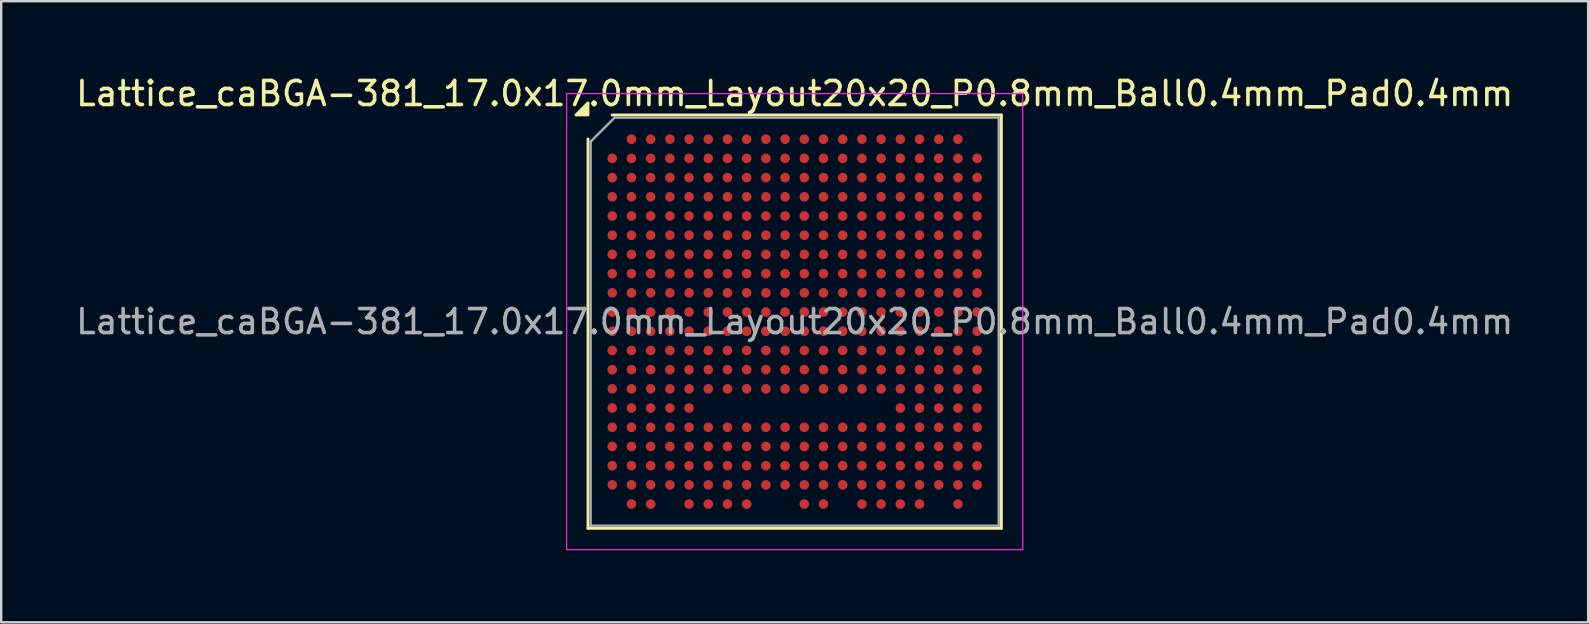
<source format=kicad_pcb>
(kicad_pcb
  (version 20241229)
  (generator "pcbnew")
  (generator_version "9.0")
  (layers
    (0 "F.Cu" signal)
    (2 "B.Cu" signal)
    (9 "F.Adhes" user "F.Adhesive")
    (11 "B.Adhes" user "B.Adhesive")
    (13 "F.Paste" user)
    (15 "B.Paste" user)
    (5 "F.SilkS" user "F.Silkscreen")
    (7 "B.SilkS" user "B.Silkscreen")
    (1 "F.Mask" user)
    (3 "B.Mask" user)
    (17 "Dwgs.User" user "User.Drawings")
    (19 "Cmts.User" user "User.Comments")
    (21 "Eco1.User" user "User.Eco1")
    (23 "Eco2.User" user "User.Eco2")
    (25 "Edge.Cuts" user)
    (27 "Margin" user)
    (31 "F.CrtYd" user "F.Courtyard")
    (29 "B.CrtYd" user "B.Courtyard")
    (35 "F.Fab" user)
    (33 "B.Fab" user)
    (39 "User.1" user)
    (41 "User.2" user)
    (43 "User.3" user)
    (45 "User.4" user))
  (footprint "Lattice_caBGA-381_17.0x17.0mm_Layout20x20_P0.8mm_Ball0.4mm_Pad0.4mm"
    (layer "F.Cu")
    (at 30.054 10.348)
    (property "Reference" "Lattice_caBGA-381_17.0x17.0mm_Layout20x20_P0.8mm_Ball0.4mm_Pad0.4mm" (at 0 -9.5 0) (layer "F.SilkS") (effects (font (size 1 1) (thickness 0.15))))
    (attr smd)
    (fp_line (start -8.61 8.61) (end -8.61 -7.61) (stroke (width 0.12) (type solid)) (layer "F.SilkS"))
    (fp_line (start -7.61 -8.61) (end 8.61 -8.61) (stroke (width 0.12) (type solid)) (layer "F.SilkS"))
    (fp_line (start 8.61 -8.61) (end 8.61 8.61) (stroke (width 0.12) (type solid)) (layer "F.SilkS"))
    (fp_line (start 8.61 8.61) (end -8.61 8.61) (stroke (width 0.12) (type solid)) (layer "F.SilkS"))
    (fp_poly (pts (xy -8.61 -8.61) (xy -9.11 -8.61) (xy -8.61 -9.11) (xy -8.61 -8.61)) (stroke (width 0.12) (type solid)) (fill yes) (layer "F.SilkS"))
    (fp_line (start -9.5 -9.5) (end -9.5 9.5) (stroke (width 0.05) (type solid)) (layer "F.CrtYd"))
    (fp_line (start -9.5 9.5) (end 9.5 9.5) (stroke (width 0.05) (type solid)) (layer "F.CrtYd"))
    (fp_line (start 9.5 -9.5) (end -9.5 -9.5) (stroke (width 0.05) (type solid)) (layer "F.CrtYd"))
    (fp_line (start 9.5 9.5) (end 9.5 -9.5) (stroke (width 0.05) (type solid)) (layer "F.CrtYd"))
    (fp_line (start -8.5 -7.5) (end -7.5 -8.5) (stroke (width 0.1) (type solid)) (layer "F.Fab"))
    (fp_line (start -8.5 8.5) (end -8.5 -7.5) (stroke (width 0.1) (type solid)) (layer "F.Fab"))
    (fp_line (start -7.5 -8.5) (end 8.5 -8.5) (stroke (width 0.1) (type solid)) (layer "F.Fab"))
    (fp_line (start 8.5 -8.5) (end 8.5 8.5) (stroke (width 0.1) (type solid)) (layer "F.Fab"))
    (fp_line (start 8.5 8.5) (end -8.5 8.5) (stroke (width 0.1) (type solid)) (layer "F.Fab"))
    (fp_text user "${REFERENCE}" (at 0 0 0) (layer "F.Fab") (effects (font (size 1 1) (thickness 0.15))))
    (pad "A2" smd circle (at -6.8 -7.6) (size 0.4 0.4) (property pad_prop_bga) (layers "F.Cu" "F.Mask" "F.Paste"))
    (pad "A3" smd circle (at -6 -7.6) (size 0.4 0.4) (property pad_prop_bga) (layers "F.Cu" "F.Mask" "F.Paste"))
    (pad "A4" smd circle (at -5.2 -7.6) (size 0.4 0.4) (property pad_prop_bga) (layers "F.Cu" "F.Mask" "F.Paste"))
    (pad "A5" smd circle (at -4.4 -7.6) (size 0.4 0.4) (property pad_prop_bga) (layers "F.Cu" "F.Mask" "F.Paste"))
    (pad "A6" smd circle (at -3.6 -7.6) (size 0.4 0.4) (property pad_prop_bga) (layers "F.Cu" "F.Mask" "F.Paste"))
    (pad "A7" smd circle (at -2.8 -7.6) (size 0.4 0.4) (property pad_prop_bga) (layers "F.Cu" "F.Mask" "F.Paste"))
    (pad "A8" smd circle (at -2 -7.6) (size 0.4 0.4) (property pad_prop_bga) (layers "F.Cu" "F.Mask" "F.Paste"))
    (pad "A9" smd circle (at -1.2 -7.6) (size 0.4 0.4) (property pad_prop_bga) (layers "F.Cu" "F.Mask" "F.Paste"))
    (pad "A10" smd circle (at -0.4 -7.6) (size 0.4 0.4) (property pad_prop_bga) (layers "F.Cu" "F.Mask" "F.Paste"))
    (pad "A11" smd circle (at 0.4 -7.6) (size 0.4 0.4) (property pad_prop_bga) (layers "F.Cu" "F.Mask" "F.Paste"))
    (pad "A12" smd circle (at 1.2 -7.6) (size 0.4 0.4) (property pad_prop_bga) (layers "F.Cu" "F.Mask" "F.Paste"))
    (pad "A13" smd circle (at 2 -7.6) (size 0.4 0.4) (property pad_prop_bga) (layers "F.Cu" "F.Mask" "F.Paste"))
    (pad "A14" smd circle (at 2.8 -7.6) (size 0.4 0.4) (property pad_prop_bga) (layers "F.Cu" "F.Mask" "F.Paste"))
    (pad "A15" smd circle (at 3.6 -7.6) (size 0.4 0.4) (property pad_prop_bga) (layers "F.Cu" "F.Mask" "F.Paste"))
    (pad "A16" smd circle (at 4.4 -7.6) (size 0.4 0.4) (property pad_prop_bga) (layers "F.Cu" "F.Mask" "F.Paste"))
    (pad "A17" smd circle (at 5.2 -7.6) (size 0.4 0.4) (property pad_prop_bga) (layers "F.Cu" "F.Mask" "F.Paste"))
    (pad "A18" smd circle (at 6 -7.6) (size 0.4 0.4) (property pad_prop_bga) (layers "F.Cu" "F.Mask" "F.Paste"))
    (pad "A19" smd circle (at 6.8 -7.6) (size 0.4 0.4) (property pad_prop_bga) (layers "F.Cu" "F.Mask" "F.Paste"))
    (pad "B1" smd circle (at -7.6 -6.8) (size 0.4 0.4) (property pad_prop_bga) (layers "F.Cu" "F.Mask" "F.Paste"))
    (pad "B2" smd circle (at -6.8 -6.8) (size 0.4 0.4) (property pad_prop_bga) (layers "F.Cu" "F.Mask" "F.Paste"))
    (pad "B3" smd circle (at -6 -6.8) (size 0.4 0.4) (property pad_prop_bga) (layers "F.Cu" "F.Mask" "F.Paste"))
    (pad "B4" smd circle (at -5.2 -6.8) (size 0.4 0.4) (property pad_prop_bga) (layers "F.Cu" "F.Mask" "F.Paste"))
    (pad "B5" smd circle (at -4.4 -6.8) (size 0.4 0.4) (property pad_prop_bga) (layers "F.Cu" "F.Mask" "F.Paste"))
    (pad "B6" smd circle (at -3.6 -6.8) (size 0.4 0.4) (property pad_prop_bga) (layers "F.Cu" "F.Mask" "F.Paste"))
    (pad "B7" smd circle (at -2.8 -6.8) (size 0.4 0.4) (property pad_prop_bga) (layers "F.Cu" "F.Mask" "F.Paste"))
    (pad "B8" smd circle (at -2 -6.8) (size 0.4 0.4) (property pad_prop_bga) (layers "F.Cu" "F.Mask" "F.Paste"))
    (pad "B9" smd circle (at -1.2 -6.8) (size 0.4 0.4) (property pad_prop_bga) (layers "F.Cu" "F.Mask" "F.Paste"))
    (pad "B10" smd circle (at -0.4 -6.8) (size 0.4 0.4) (property pad_prop_bga) (layers "F.Cu" "F.Mask" "F.Paste"))
    (pad "B11" smd circle (at 0.4 -6.8) (size 0.4 0.4) (property pad_prop_bga) (layers "F.Cu" "F.Mask" "F.Paste"))
    (pad "B12" smd circle (at 1.2 -6.8) (size 0.4 0.4) (property pad_prop_bga) (layers "F.Cu" "F.Mask" "F.Paste"))
    (pad "B13" smd circle (at 2 -6.8) (size 0.4 0.4) (property pad_prop_bga) (layers "F.Cu" "F.Mask" "F.Paste"))
    (pad "B14" smd circle (at 2.8 -6.8) (size 0.4 0.4) (property pad_prop_bga) (layers "F.Cu" "F.Mask" "F.Paste"))
    (pad "B15" smd circle (at 3.6 -6.8) (size 0.4 0.4) (property pad_prop_bga) (layers "F.Cu" "F.Mask" "F.Paste"))
    (pad "B16" smd circle (at 4.4 -6.8) (size 0.4 0.4) (property pad_prop_bga) (layers "F.Cu" "F.Mask" "F.Paste"))
    (pad "B17" smd circle (at 5.2 -6.8) (size 0.4 0.4) (property pad_prop_bga) (layers "F.Cu" "F.Mask" "F.Paste"))
    (pad "B18" smd circle (at 6 -6.8) (size 0.4 0.4) (property pad_prop_bga) (layers "F.Cu" "F.Mask" "F.Paste"))
    (pad "B19" smd circle (at 6.8 -6.8) (size 0.4 0.4) (property pad_prop_bga) (layers "F.Cu" "F.Mask" "F.Paste"))
    (pad "B20" smd circle (at 7.6 -6.8) (size 0.4 0.4) (property pad_prop_bga) (layers "F.Cu" "F.Mask" "F.Paste"))
    (pad "C1" smd circle (at -7.6 -6) (size 0.4 0.4) (property pad_prop_bga) (layers "F.Cu" "F.Mask" "F.Paste"))
    (pad "C2" smd circle (at -6.8 -6) (size 0.4 0.4) (property pad_prop_bga) (layers "F.Cu" "F.Mask" "F.Paste"))
    (pad "C3" smd circle (at -6 -6) (size 0.4 0.4) (property pad_prop_bga) (layers "F.Cu" "F.Mask" "F.Paste"))
    (pad "C4" smd circle (at -5.2 -6) (size 0.4 0.4) (property pad_prop_bga) (layers "F.Cu" "F.Mask" "F.Paste"))
    (pad "C5" smd circle (at -4.4 -6) (size 0.4 0.4) (property pad_prop_bga) (layers "F.Cu" "F.Mask" "F.Paste"))
    (pad "C6" smd circle (at -3.6 -6) (size 0.4 0.4) (property pad_prop_bga) (layers "F.Cu" "F.Mask" "F.Paste"))
    (pad "C7" smd circle (at -2.8 -6) (size 0.4 0.4) (property pad_prop_bga) (layers "F.Cu" "F.Mask" "F.Paste"))
    (pad "C8" smd circle (at -2 -6) (size 0.4 0.4) (property pad_prop_bga) (layers "F.Cu" "F.Mask" "F.Paste"))
    (pad "C9" smd circle (at -1.2 -6) (size 0.4 0.4) (property pad_prop_bga) (layers "F.Cu" "F.Mask" "F.Paste"))
    (pad "C10" smd circle (at -0.4 -6) (size 0.4 0.4) (property pad_prop_bga) (layers "F.Cu" "F.Mask" "F.Paste"))
    (pad "C11" smd circle (at 0.4 -6) (size 0.4 0.4) (property pad_prop_bga) (layers "F.Cu" "F.Mask" "F.Paste"))
    (pad "C12" smd circle (at 1.2 -6) (size 0.4 0.4) (property pad_prop_bga) (layers "F.Cu" "F.Mask" "F.Paste"))
    (pad "C13" smd circle (at 2 -6) (size 0.4 0.4) (property pad_prop_bga) (layers "F.Cu" "F.Mask" "F.Paste"))
    (pad "C14" smd circle (at 2.8 -6) (size 0.4 0.4) (property pad_prop_bga) (layers "F.Cu" "F.Mask" "F.Paste"))
    (pad "C15" smd circle (at 3.6 -6) (size 0.4 0.4) (property pad_prop_bga) (layers "F.Cu" "F.Mask" "F.Paste"))
    (pad "C16" smd circle (at 4.4 -6) (size 0.4 0.4) (property pad_prop_bga) (layers "F.Cu" "F.Mask" "F.Paste"))
    (pad "C17" smd circle (at 5.2 -6) (size 0.4 0.4) (property pad_prop_bga) (layers "F.Cu" "F.Mask" "F.Paste"))
    (pad "C18" smd circle (at 6 -6) (size 0.4 0.4) (property pad_prop_bga) (layers "F.Cu" "F.Mask" "F.Paste"))
    (pad "C19" smd circle (at 6.8 -6) (size 0.4 0.4) (property pad_prop_bga) (layers "F.Cu" "F.Mask" "F.Paste"))
    (pad "C20" smd circle (at 7.6 -6) (size 0.4 0.4) (property pad_prop_bga) (layers "F.Cu" "F.Mask" "F.Paste"))
    (pad "D1" smd circle (at -7.6 -5.2) (size 0.4 0.4) (property pad_prop_bga) (layers "F.Cu" "F.Mask" "F.Paste"))
    (pad "D2" smd circle (at -6.8 -5.2) (size 0.4 0.4) (property pad_prop_bga) (layers "F.Cu" "F.Mask" "F.Paste"))
    (pad "D3" smd circle (at -6 -5.2) (size 0.4 0.4) (property pad_prop_bga) (layers "F.Cu" "F.Mask" "F.Paste"))
    (pad "D4" smd circle (at -5.2 -5.2) (size 0.4 0.4) (property pad_prop_bga) (layers "F.Cu" "F.Mask" "F.Paste"))
    (pad "D5" smd circle (at -4.4 -5.2) (size 0.4 0.4) (property pad_prop_bga) (layers "F.Cu" "F.Mask" "F.Paste"))
    (pad "D6" smd circle (at -3.6 -5.2) (size 0.4 0.4) (property pad_prop_bga) (layers "F.Cu" "F.Mask" "F.Paste"))
    (pad "D7" smd circle (at -2.8 -5.2) (size 0.4 0.4) (property pad_prop_bga) (layers "F.Cu" "F.Mask" "F.Paste"))
    (pad "D8" smd circle (at -2 -5.2) (size 0.4 0.4) (property pad_prop_bga) (layers "F.Cu" "F.Mask" "F.Paste"))
    (pad "D9" smd circle (at -1.2 -5.2) (size 0.4 0.4) (property pad_prop_bga) (layers "F.Cu" "F.Mask" "F.Paste"))
    (pad "D10" smd circle (at -0.4 -5.2) (size 0.4 0.4) (property pad_prop_bga) (layers "F.Cu" "F.Mask" "F.Paste"))
    (pad "D11" smd circle (at 0.4 -5.2) (size 0.4 0.4) (property pad_prop_bga) (layers "F.Cu" "F.Mask" "F.Paste"))
    (pad "D12" smd circle (at 1.2 -5.2) (size 0.4 0.4) (property pad_prop_bga) (layers "F.Cu" "F.Mask" "F.Paste"))
    (pad "D13" smd circle (at 2 -5.2) (size 0.4 0.4) (property pad_prop_bga) (layers "F.Cu" "F.Mask" "F.Paste"))
    (pad "D14" smd circle (at 2.8 -5.2) (size 0.4 0.4) (property pad_prop_bga) (layers "F.Cu" "F.Mask" "F.Paste"))
    (pad "D15" smd circle (at 3.6 -5.2) (size 0.4 0.4) (property pad_prop_bga) (layers "F.Cu" "F.Mask" "F.Paste"))
    (pad "D16" smd circle (at 4.4 -5.2) (size 0.4 0.4) (property pad_prop_bga) (layers "F.Cu" "F.Mask" "F.Paste"))
    (pad "D17" smd circle (at 5.2 -5.2) (size 0.4 0.4) (property pad_prop_bga) (layers "F.Cu" "F.Mask" "F.Paste"))
    (pad "D18" smd circle (at 6 -5.2) (size 0.4 0.4) (property pad_prop_bga) (layers "F.Cu" "F.Mask" "F.Paste"))
    (pad "D19" smd circle (at 6.8 -5.2) (size 0.4 0.4) (property pad_prop_bga) (layers "F.Cu" "F.Mask" "F.Paste"))
    (pad "D20" smd circle (at 7.6 -5.2) (size 0.4 0.4) (property pad_prop_bga) (layers "F.Cu" "F.Mask" "F.Paste"))
    (pad "E1" smd circle (at -7.6 -4.4) (size 0.4 0.4) (property pad_prop_bga) (layers "F.Cu" "F.Mask" "F.Paste"))
    (pad "E2" smd circle (at -6.8 -4.4) (size 0.4 0.4) (property pad_prop_bga) (layers "F.Cu" "F.Mask" "F.Paste"))
    (pad "E3" smd circle (at -6 -4.4) (size 0.4 0.4) (property pad_prop_bga) (layers "F.Cu" "F.Mask" "F.Paste"))
    (pad "E4" smd circle (at -5.2 -4.4) (size 0.4 0.4) (property pad_prop_bga) (layers "F.Cu" "F.Mask" "F.Paste"))
    (pad "E5" smd circle (at -4.4 -4.4) (size 0.4 0.4) (property pad_prop_bga) (layers "F.Cu" "F.Mask" "F.Paste"))
    (pad "E6" smd circle (at -3.6 -4.4) (size 0.4 0.4) (property pad_prop_bga) (layers "F.Cu" "F.Mask" "F.Paste"))
    (pad "E7" smd circle (at -2.8 -4.4) (size 0.4 0.4) (property pad_prop_bga) (layers "F.Cu" "F.Mask" "F.Paste"))
    (pad "E8" smd circle (at -2 -4.4) (size 0.4 0.4) (property pad_prop_bga) (layers "F.Cu" "F.Mask" "F.Paste"))
    (pad "E9" smd circle (at -1.2 -4.4) (size 0.4 0.4) (property pad_prop_bga) (layers "F.Cu" "F.Mask" "F.Paste"))
    (pad "E10" smd circle (at -0.4 -4.4) (size 0.4 0.4) (property pad_prop_bga) (layers "F.Cu" "F.Mask" "F.Paste"))
    (pad "E11" smd circle (at 0.4 -4.4) (size 0.4 0.4) (property pad_prop_bga) (layers "F.Cu" "F.Mask" "F.Paste"))
    (pad "E12" smd circle (at 1.2 -4.4) (size 0.4 0.4) (property pad_prop_bga) (layers "F.Cu" "F.Mask" "F.Paste"))
    (pad "E13" smd circle (at 2 -4.4) (size 0.4 0.4) (property pad_prop_bga) (layers "F.Cu" "F.Mask" "F.Paste"))
    (pad "E14" smd circle (at 2.8 -4.4) (size 0.4 0.4) (property pad_prop_bga) (layers "F.Cu" "F.Mask" "F.Paste"))
    (pad "E15" smd circle (at 3.6 -4.4) (size 0.4 0.4) (property pad_prop_bga) (layers "F.Cu" "F.Mask" "F.Paste"))
    (pad "E16" smd circle (at 4.4 -4.4) (size 0.4 0.4) (property pad_prop_bga) (layers "F.Cu" "F.Mask" "F.Paste"))
    (pad "E17" smd circle (at 5.2 -4.4) (size 0.4 0.4) (property pad_prop_bga) (layers "F.Cu" "F.Mask" "F.Paste"))
    (pad "E18" smd circle (at 6 -4.4) (size 0.4 0.4) (property pad_prop_bga) (layers "F.Cu" "F.Mask" "F.Paste"))
    (pad "E19" smd circle (at 6.8 -4.4) (size 0.4 0.4) (property pad_prop_bga) (layers "F.Cu" "F.Mask" "F.Paste"))
    (pad "E20" smd circle (at 7.6 -4.4) (size 0.4 0.4) (property pad_prop_bga) (layers "F.Cu" "F.Mask" "F.Paste"))
    (pad "F1" smd circle (at -7.6 -3.6) (size 0.4 0.4) (property pad_prop_bga) (layers "F.Cu" "F.Mask" "F.Paste"))
    (pad "F2" smd circle (at -6.8 -3.6) (size 0.4 0.4) (property pad_prop_bga) (layers "F.Cu" "F.Mask" "F.Paste"))
    (pad "F3" smd circle (at -6 -3.6) (size 0.4 0.4) (property pad_prop_bga) (layers "F.Cu" "F.Mask" "F.Paste"))
    (pad "F4" smd circle (at -5.2 -3.6) (size 0.4 0.4) (property pad_prop_bga) (layers "F.Cu" "F.Mask" "F.Paste"))
    (pad "F5" smd circle (at -4.4 -3.6) (size 0.4 0.4) (property pad_prop_bga) (layers "F.Cu" "F.Mask" "F.Paste"))
    (pad "F6" smd circle (at -3.6 -3.6) (size 0.4 0.4) (property pad_prop_bga) (layers "F.Cu" "F.Mask" "F.Paste"))
    (pad "F7" smd circle (at -2.8 -3.6) (size 0.4 0.4) (property pad_prop_bga) (layers "F.Cu" "F.Mask" "F.Paste"))
    (pad "F8" smd circle (at -2 -3.6) (size 0.4 0.4) (property pad_prop_bga) (layers "F.Cu" "F.Mask" "F.Paste"))
    (pad "F9" smd circle (at -1.2 -3.6) (size 0.4 0.4) (property pad_prop_bga) (layers "F.Cu" "F.Mask" "F.Paste"))
    (pad "F10" smd circle (at -0.4 -3.6) (size 0.4 0.4) (property pad_prop_bga) (layers "F.Cu" "F.Mask" "F.Paste"))
    (pad "F11" smd circle (at 0.4 -3.6) (size 0.4 0.4) (property pad_prop_bga) (layers "F.Cu" "F.Mask" "F.Paste"))
    (pad "F12" smd circle (at 1.2 -3.6) (size 0.4 0.4) (property pad_prop_bga) (layers "F.Cu" "F.Mask" "F.Paste"))
    (pad "F13" smd circle (at 2 -3.6) (size 0.4 0.4) (property pad_prop_bga) (layers "F.Cu" "F.Mask" "F.Paste"))
    (pad "F14" smd circle (at 2.8 -3.6) (size 0.4 0.4) (property pad_prop_bga) (layers "F.Cu" "F.Mask" "F.Paste"))
    (pad "F15" smd circle (at 3.6 -3.6) (size 0.4 0.4) (property pad_prop_bga) (layers "F.Cu" "F.Mask" "F.Paste"))
    (pad "F16" smd circle (at 4.4 -3.6) (size 0.4 0.4) (property pad_prop_bga) (layers "F.Cu" "F.Mask" "F.Paste"))
    (pad "F17" smd circle (at 5.2 -3.6) (size 0.4 0.4) (property pad_prop_bga) (layers "F.Cu" "F.Mask" "F.Paste"))
    (pad "F18" smd circle (at 6 -3.6) (size 0.4 0.4) (property pad_prop_bga) (layers "F.Cu" "F.Mask" "F.Paste"))
    (pad "F19" smd circle (at 6.8 -3.6) (size 0.4 0.4) (property pad_prop_bga) (layers "F.Cu" "F.Mask" "F.Paste"))
    (pad "F20" smd circle (at 7.6 -3.6) (size 0.4 0.4) (property pad_prop_bga) (layers "F.Cu" "F.Mask" "F.Paste"))
    (pad "G1" smd circle (at -7.6 -2.8) (size 0.4 0.4) (property pad_prop_bga) (layers "F.Cu" "F.Mask" "F.Paste"))
    (pad "G2" smd circle (at -6.8 -2.8) (size 0.4 0.4) (property pad_prop_bga) (layers "F.Cu" "F.Mask" "F.Paste"))
    (pad "G3" smd circle (at -6 -2.8) (size 0.4 0.4) (property pad_prop_bga) (layers "F.Cu" "F.Mask" "F.Paste"))
    (pad "G4" smd circle (at -5.2 -2.8) (size 0.4 0.4) (property pad_prop_bga) (layers "F.Cu" "F.Mask" "F.Paste"))
    (pad "G5" smd circle (at -4.4 -2.8) (size 0.4 0.4) (property pad_prop_bga) (layers "F.Cu" "F.Mask" "F.Paste"))
    (pad "G6" smd circle (at -3.6 -2.8) (size 0.4 0.4) (property pad_prop_bga) (layers "F.Cu" "F.Mask" "F.Paste"))
    (pad "G7" smd circle (at -2.8 -2.8) (size 0.4 0.4) (property pad_prop_bga) (layers "F.Cu" "F.Mask" "F.Paste"))
    (pad "G8" smd circle (at -2 -2.8) (size 0.4 0.4) (property pad_prop_bga) (layers "F.Cu" "F.Mask" "F.Paste"))
    (pad "G9" smd circle (at -1.2 -2.8) (size 0.4 0.4) (property pad_prop_bga) (layers "F.Cu" "F.Mask" "F.Paste"))
    (pad "G10" smd circle (at -0.4 -2.8) (size 0.4 0.4) (property pad_prop_bga) (layers "F.Cu" "F.Mask" "F.Paste"))
    (pad "G11" smd circle (at 0.4 -2.8) (size 0.4 0.4) (property pad_prop_bga) (layers "F.Cu" "F.Mask" "F.Paste"))
    (pad "G12" smd circle (at 1.2 -2.8) (size 0.4 0.4) (property pad_prop_bga) (layers "F.Cu" "F.Mask" "F.Paste"))
    (pad "G13" smd circle (at 2 -2.8) (size 0.4 0.4) (property pad_prop_bga) (layers "F.Cu" "F.Mask" "F.Paste"))
    (pad "G14" smd circle (at 2.8 -2.8) (size 0.4 0.4) (property pad_prop_bga) (layers "F.Cu" "F.Mask" "F.Paste"))
    (pad "G15" smd circle (at 3.6 -2.8) (size 0.4 0.4) (property pad_prop_bga) (layers "F.Cu" "F.Mask" "F.Paste"))
    (pad "G16" smd circle (at 4.4 -2.8) (size 0.4 0.4) (property pad_prop_bga) (layers "F.Cu" "F.Mask" "F.Paste"))
    (pad "G17" smd circle (at 5.2 -2.8) (size 0.4 0.4) (property pad_prop_bga) (layers "F.Cu" "F.Mask" "F.Paste"))
    (pad "G18" smd circle (at 6 -2.8) (size 0.4 0.4) (property pad_prop_bga) (layers "F.Cu" "F.Mask" "F.Paste"))
    (pad "G19" smd circle (at 6.8 -2.8) (size 0.4 0.4) (property pad_prop_bga) (layers "F.Cu" "F.Mask" "F.Paste"))
    (pad "G20" smd circle (at 7.6 -2.8) (size 0.4 0.4) (property pad_prop_bga) (layers "F.Cu" "F.Mask" "F.Paste"))
    (pad "H1" smd circle (at -7.6 -2) (size 0.4 0.4) (property pad_prop_bga) (layers "F.Cu" "F.Mask" "F.Paste"))
    (pad "H2" smd circle (at -6.8 -2) (size 0.4 0.4) (property pad_prop_bga) (layers "F.Cu" "F.Mask" "F.Paste"))
    (pad "H3" smd circle (at -6 -2) (size 0.4 0.4) (property pad_prop_bga) (layers "F.Cu" "F.Mask" "F.Paste"))
    (pad "H4" smd circle (at -5.2 -2) (size 0.4 0.4) (property pad_prop_bga) (layers "F.Cu" "F.Mask" "F.Paste"))
    (pad "H5" smd circle (at -4.4 -2) (size 0.4 0.4) (property pad_prop_bga) (layers "F.Cu" "F.Mask" "F.Paste"))
    (pad "H6" smd circle (at -3.6 -2) (size 0.4 0.4) (property pad_prop_bga) (layers "F.Cu" "F.Mask" "F.Paste"))
    (pad "H7" smd circle (at -2.8 -2) (size 0.4 0.4) (property pad_prop_bga) (layers "F.Cu" "F.Mask" "F.Paste"))
    (pad "H8" smd circle (at -2 -2) (size 0.4 0.4) (property pad_prop_bga) (layers "F.Cu" "F.Mask" "F.Paste"))
    (pad "H9" smd circle (at -1.2 -2) (size 0.4 0.4) (property pad_prop_bga) (layers "F.Cu" "F.Mask" "F.Paste"))
    (pad "H10" smd circle (at -0.4 -2) (size 0.4 0.4) (property pad_prop_bga) (layers "F.Cu" "F.Mask" "F.Paste"))
    (pad "H11" smd circle (at 0.4 -2) (size 0.4 0.4) (property pad_prop_bga) (layers "F.Cu" "F.Mask" "F.Paste"))
    (pad "H12" smd circle (at 1.2 -2) (size 0.4 0.4) (property pad_prop_bga) (layers "F.Cu" "F.Mask" "F.Paste"))
    (pad "H13" smd circle (at 2 -2) (size 0.4 0.4) (property pad_prop_bga) (layers "F.Cu" "F.Mask" "F.Paste"))
    (pad "H14" smd circle (at 2.8 -2) (size 0.4 0.4) (property pad_prop_bga) (layers "F.Cu" "F.Mask" "F.Paste"))
    (pad "H15" smd circle (at 3.6 -2) (size 0.4 0.4) (property pad_prop_bga) (layers "F.Cu" "F.Mask" "F.Paste"))
    (pad "H16" smd circle (at 4.4 -2) (size 0.4 0.4) (property pad_prop_bga) (layers "F.Cu" "F.Mask" "F.Paste"))
    (pad "H17" smd circle (at 5.2 -2) (size 0.4 0.4) (property pad_prop_bga) (layers "F.Cu" "F.Mask" "F.Paste"))
    (pad "H18" smd circle (at 6 -2) (size 0.4 0.4) (property pad_prop_bga) (layers "F.Cu" "F.Mask" "F.Paste"))
    (pad "H19" smd circle (at 6.8 -2) (size 0.4 0.4) (property pad_prop_bga) (layers "F.Cu" "F.Mask" "F.Paste"))
    (pad "H20" smd circle (at 7.6 -2) (size 0.4 0.4) (property pad_prop_bga) (layers "F.Cu" "F.Mask" "F.Paste"))
    (pad "J1" smd circle (at -7.6 -1.2) (size 0.4 0.4) (property pad_prop_bga) (layers "F.Cu" "F.Mask" "F.Paste"))
    (pad "J2" smd circle (at -6.8 -1.2) (size 0.4 0.4) (property pad_prop_bga) (layers "F.Cu" "F.Mask" "F.Paste"))
    (pad "J3" smd circle (at -6 -1.2) (size 0.4 0.4) (property pad_prop_bga) (layers "F.Cu" "F.Mask" "F.Paste"))
    (pad "J4" smd circle (at -5.2 -1.2) (size 0.4 0.4) (property pad_prop_bga) (layers "F.Cu" "F.Mask" "F.Paste"))
    (pad "J5" smd circle (at -4.4 -1.2) (size 0.4 0.4) (property pad_prop_bga) (layers "F.Cu" "F.Mask" "F.Paste"))
    (pad "J6" smd circle (at -3.6 -1.2) (size 0.4 0.4) (property pad_prop_bga) (layers "F.Cu" "F.Mask" "F.Paste"))
    (pad "J7" smd circle (at -2.8 -1.2) (size 0.4 0.4) (property pad_prop_bga) (layers "F.Cu" "F.Mask" "F.Paste"))
    (pad "J8" smd circle (at -2 -1.2) (size 0.4 0.4) (property pad_prop_bga) (layers "F.Cu" "F.Mask" "F.Paste"))
    (pad "J9" smd circle (at -1.2 -1.2) (size 0.4 0.4) (property pad_prop_bga) (layers "F.Cu" "F.Mask" "F.Paste"))
    (pad "J10" smd circle (at -0.4 -1.2) (size 0.4 0.4) (property pad_prop_bga) (layers "F.Cu" "F.Mask" "F.Paste"))
    (pad "J11" smd circle (at 0.4 -1.2) (size 0.4 0.4) (property pad_prop_bga) (layers "F.Cu" "F.Mask" "F.Paste"))
    (pad "J12" smd circle (at 1.2 -1.2) (size 0.4 0.4) (property pad_prop_bga) (layers "F.Cu" "F.Mask" "F.Paste"))
    (pad "J13" smd circle (at 2 -1.2) (size 0.4 0.4) (property pad_prop_bga) (layers "F.Cu" "F.Mask" "F.Paste"))
    (pad "J14" smd circle (at 2.8 -1.2) (size 0.4 0.4) (property pad_prop_bga) (layers "F.Cu" "F.Mask" "F.Paste"))
    (pad "J15" smd circle (at 3.6 -1.2) (size 0.4 0.4) (property pad_prop_bga) (layers "F.Cu" "F.Mask" "F.Paste"))
    (pad "J16" smd circle (at 4.4 -1.2) (size 0.4 0.4) (property pad_prop_bga) (layers "F.Cu" "F.Mask" "F.Paste"))
    (pad "J17" smd circle (at 5.2 -1.2) (size 0.4 0.4) (property pad_prop_bga) (layers "F.Cu" "F.Mask" "F.Paste"))
    (pad "J18" smd circle (at 6 -1.2) (size 0.4 0.4) (property pad_prop_bga) (layers "F.Cu" "F.Mask" "F.Paste"))
    (pad "J19" smd circle (at 6.8 -1.2) (size 0.4 0.4) (property pad_prop_bga) (layers "F.Cu" "F.Mask" "F.Paste"))
    (pad "J20" smd circle (at 7.6 -1.2) (size 0.4 0.4) (property pad_prop_bga) (layers "F.Cu" "F.Mask" "F.Paste"))
    (pad "K1" smd circle (at -7.6 -0.4) (size 0.4 0.4) (property pad_prop_bga) (layers "F.Cu" "F.Mask" "F.Paste"))
    (pad "K2" smd circle (at -6.8 -0.4) (size 0.4 0.4) (property pad_prop_bga) (layers "F.Cu" "F.Mask" "F.Paste"))
    (pad "K3" smd circle (at -6 -0.4) (size 0.4 0.4) (property pad_prop_bga) (layers "F.Cu" "F.Mask" "F.Paste"))
    (pad "K4" smd circle (at -5.2 -0.4) (size 0.4 0.4) (property pad_prop_bga) (layers "F.Cu" "F.Mask" "F.Paste"))
    (pad "K5" smd circle (at -4.4 -0.4) (size 0.4 0.4) (property pad_prop_bga) (layers "F.Cu" "F.Mask" "F.Paste"))
    (pad "K6" smd circle (at -3.6 -0.4) (size 0.4 0.4) (property pad_prop_bga) (layers "F.Cu" "F.Mask" "F.Paste"))
    (pad "K7" smd circle (at -2.8 -0.4) (size 0.4 0.4) (property pad_prop_bga) (layers "F.Cu" "F.Mask" "F.Paste"))
    (pad "K8" smd circle (at -2 -0.4) (size 0.4 0.4) (property pad_prop_bga) (layers "F.Cu" "F.Mask" "F.Paste"))
    (pad "K9" smd circle (at -1.2 -0.4) (size 0.4 0.4) (property pad_prop_bga) (layers "F.Cu" "F.Mask" "F.Paste"))
    (pad "K10" smd circle (at -0.4 -0.4) (size 0.4 0.4) (property pad_prop_bga) (layers "F.Cu" "F.Mask" "F.Paste"))
    (pad "K11" smd circle (at 0.4 -0.4) (size 0.4 0.4) (property pad_prop_bga) (layers "F.Cu" "F.Mask" "F.Paste"))
    (pad "K12" smd circle (at 1.2 -0.4) (size 0.4 0.4) (property pad_prop_bga) (layers "F.Cu" "F.Mask" "F.Paste"))
    (pad "K13" smd circle (at 2 -0.4) (size 0.4 0.4) (property pad_prop_bga) (layers "F.Cu" "F.Mask" "F.Paste"))
    (pad "K14" smd circle (at 2.8 -0.4) (size 0.4 0.4) (property pad_prop_bga) (layers "F.Cu" "F.Mask" "F.Paste"))
    (pad "K15" smd circle (at 3.6 -0.4) (size 0.4 0.4) (property pad_prop_bga) (layers "F.Cu" "F.Mask" "F.Paste"))
    (pad "K16" smd circle (at 4.4 -0.4) (size 0.4 0.4) (property pad_prop_bga) (layers "F.Cu" "F.Mask" "F.Paste"))
    (pad "K17" smd circle (at 5.2 -0.4) (size 0.4 0.4) (property pad_prop_bga) (layers "F.Cu" "F.Mask" "F.Paste"))
    (pad "K18" smd circle (at 6 -0.4) (size 0.4 0.4) (property pad_prop_bga) (layers "F.Cu" "F.Mask" "F.Paste"))
    (pad "K19" smd circle (at 6.8 -0.4) (size 0.4 0.4) (property pad_prop_bga) (layers "F.Cu" "F.Mask" "F.Paste"))
    (pad "K20" smd circle (at 7.6 -0.4) (size 0.4 0.4) (property pad_prop_bga) (layers "F.Cu" "F.Mask" "F.Paste"))
    (pad "L1" smd circle (at -7.6 0.4) (size 0.4 0.4) (property pad_prop_bga) (layers "F.Cu" "F.Mask" "F.Paste"))
    (pad "L2" smd circle (at -6.8 0.4) (size 0.4 0.4) (property pad_prop_bga) (layers "F.Cu" "F.Mask" "F.Paste"))
    (pad "L3" smd circle (at -6 0.4) (size 0.4 0.4) (property pad_prop_bga) (layers "F.Cu" "F.Mask" "F.Paste"))
    (pad "L4" smd circle (at -5.2 0.4) (size 0.4 0.4) (property pad_prop_bga) (layers "F.Cu" "F.Mask" "F.Paste"))
    (pad "L5" smd circle (at -4.4 0.4) (size 0.4 0.4) (property pad_prop_bga) (layers "F.Cu" "F.Mask" "F.Paste"))
    (pad "L6" smd circle (at -3.6 0.4) (size 0.4 0.4) (property pad_prop_bga) (layers "F.Cu" "F.Mask" "F.Paste"))
    (pad "L7" smd circle (at -2.8 0.4) (size 0.4 0.4) (property pad_prop_bga) (layers "F.Cu" "F.Mask" "F.Paste"))
    (pad "L8" smd circle (at -2 0.4) (size 0.4 0.4) (property pad_prop_bga) (layers "F.Cu" "F.Mask" "F.Paste"))
    (pad "L9" smd circle (at -1.2 0.4) (size 0.4 0.4) (property pad_prop_bga) (layers "F.Cu" "F.Mask" "F.Paste"))
    (pad "L10" smd circle (at -0.4 0.4) (size 0.4 0.4) (property pad_prop_bga) (layers "F.Cu" "F.Mask" "F.Paste"))
    (pad "L11" smd circle (at 0.4 0.4) (size 0.4 0.4) (property pad_prop_bga) (layers "F.Cu" "F.Mask" "F.Paste"))
    (pad "L12" smd circle (at 1.2 0.4) (size 0.4 0.4) (property pad_prop_bga) (layers "F.Cu" "F.Mask" "F.Paste"))
    (pad "L13" smd circle (at 2 0.4) (size 0.4 0.4) (property pad_prop_bga) (layers "F.Cu" "F.Mask" "F.Paste"))
    (pad "L14" smd circle (at 2.8 0.4) (size 0.4 0.4) (property pad_prop_bga) (layers "F.Cu" "F.Mask" "F.Paste"))
    (pad "L15" smd circle (at 3.6 0.4) (size 0.4 0.4) (property pad_prop_bga) (layers "F.Cu" "F.Mask" "F.Paste"))
    (pad "L16" smd circle (at 4.4 0.4) (size 0.4 0.4) (property pad_prop_bga) (layers "F.Cu" "F.Mask" "F.Paste"))
    (pad "L17" smd circle (at 5.2 0.4) (size 0.4 0.4) (property pad_prop_bga) (layers "F.Cu" "F.Mask" "F.Paste"))
    (pad "L18" smd circle (at 6 0.4) (size 0.4 0.4) (property pad_prop_bga) (layers "F.Cu" "F.Mask" "F.Paste"))
    (pad "L19" smd circle (at 6.8 0.4) (size 0.4 0.4) (property pad_prop_bga) (layers "F.Cu" "F.Mask" "F.Paste"))
    (pad "L20" smd circle (at 7.6 0.4) (size 0.4 0.4) (property pad_prop_bga) (layers "F.Cu" "F.Mask" "F.Paste"))
    (pad "M1" smd circle (at -7.6 1.2) (size 0.4 0.4) (property pad_prop_bga) (layers "F.Cu" "F.Mask" "F.Paste"))
    (pad "M2" smd circle (at -6.8 1.2) (size 0.4 0.4) (property pad_prop_bga) (layers "F.Cu" "F.Mask" "F.Paste"))
    (pad "M3" smd circle (at -6 1.2) (size 0.4 0.4) (property pad_prop_bga) (layers "F.Cu" "F.Mask" "F.Paste"))
    (pad "M4" smd circle (at -5.2 1.2) (size 0.4 0.4) (property pad_prop_bga) (layers "F.Cu" "F.Mask" "F.Paste"))
    (pad "M5" smd circle (at -4.4 1.2) (size 0.4 0.4) (property pad_prop_bga) (layers "F.Cu" "F.Mask" "F.Paste"))
    (pad "M6" smd circle (at -3.6 1.2) (size 0.4 0.4) (property pad_prop_bga) (layers "F.Cu" "F.Mask" "F.Paste"))
    (pad "M7" smd circle (at -2.8 1.2) (size 0.4 0.4) (property pad_prop_bga) (layers "F.Cu" "F.Mask" "F.Paste"))
    (pad "M8" smd circle (at -2 1.2) (size 0.4 0.4) (property pad_prop_bga) (layers "F.Cu" "F.Mask" "F.Paste"))
    (pad "M9" smd circle (at -1.2 1.2) (size 0.4 0.4) (property pad_prop_bga) (layers "F.Cu" "F.Mask" "F.Paste"))
    (pad "M10" smd circle (at -0.4 1.2) (size 0.4 0.4) (property pad_prop_bga) (layers "F.Cu" "F.Mask" "F.Paste"))
    (pad "M11" smd circle (at 0.4 1.2) (size 0.4 0.4) (property pad_prop_bga) (layers "F.Cu" "F.Mask" "F.Paste"))
    (pad "M12" smd circle (at 1.2 1.2) (size 0.4 0.4) (property pad_prop_bga) (layers "F.Cu" "F.Mask" "F.Paste"))
    (pad "M13" smd circle (at 2 1.2) (size 0.4 0.4) (property pad_prop_bga) (layers "F.Cu" "F.Mask" "F.Paste"))
    (pad "M14" smd circle (at 2.8 1.2) (size 0.4 0.4) (property pad_prop_bga) (layers "F.Cu" "F.Mask" "F.Paste"))
    (pad "M15" smd circle (at 3.6 1.2) (size 0.4 0.4) (property pad_prop_bga) (layers "F.Cu" "F.Mask" "F.Paste"))
    (pad "M16" smd circle (at 4.4 1.2) (size 0.4 0.4) (property pad_prop_bga) (layers "F.Cu" "F.Mask" "F.Paste"))
    (pad "M17" smd circle (at 5.2 1.2) (size 0.4 0.4) (property pad_prop_bga) (layers "F.Cu" "F.Mask" "F.Paste"))
    (pad "M18" smd circle (at 6 1.2) (size 0.4 0.4) (property pad_prop_bga) (layers "F.Cu" "F.Mask" "F.Paste"))
    (pad "M19" smd circle (at 6.8 1.2) (size 0.4 0.4) (property pad_prop_bga) (layers "F.Cu" "F.Mask" "F.Paste"))
    (pad "M20" smd circle (at 7.6 1.2) (size 0.4 0.4) (property pad_prop_bga) (layers "F.Cu" "F.Mask" "F.Paste"))
    (pad "N1" smd circle (at -7.6 2) (size 0.4 0.4) (property pad_prop_bga) (layers "F.Cu" "F.Mask" "F.Paste"))
    (pad "N2" smd circle (at -6.8 2) (size 0.4 0.4) (property pad_prop_bga) (layers "F.Cu" "F.Mask" "F.Paste"))
    (pad "N3" smd circle (at -6 2) (size 0.4 0.4) (property pad_prop_bga) (layers "F.Cu" "F.Mask" "F.Paste"))
    (pad "N4" smd circle (at -5.2 2) (size 0.4 0.4) (property pad_prop_bga) (layers "F.Cu" "F.Mask" "F.Paste"))
    (pad "N5" smd circle (at -4.4 2) (size 0.4 0.4) (property pad_prop_bga) (layers "F.Cu" "F.Mask" "F.Paste"))
    (pad "N6" smd circle (at -3.6 2) (size 0.4 0.4) (property pad_prop_bga) (layers "F.Cu" "F.Mask" "F.Paste"))
    (pad "N7" smd circle (at -2.8 2) (size 0.4 0.4) (property pad_prop_bga) (layers "F.Cu" "F.Mask" "F.Paste"))
    (pad "N8" smd circle (at -2 2) (size 0.4 0.4) (property pad_prop_bga) (layers "F.Cu" "F.Mask" "F.Paste"))
    (pad "N9" smd circle (at -1.2 2) (size 0.4 0.4) (property pad_prop_bga) (layers "F.Cu" "F.Mask" "F.Paste"))
    (pad "N10" smd circle (at -0.4 2) (size 0.4 0.4) (property pad_prop_bga) (layers "F.Cu" "F.Mask" "F.Paste"))
    (pad "N11" smd circle (at 0.4 2) (size 0.4 0.4) (property pad_prop_bga) (layers "F.Cu" "F.Mask" "F.Paste"))
    (pad "N12" smd circle (at 1.2 2) (size 0.4 0.4) (property pad_prop_bga) (layers "F.Cu" "F.Mask" "F.Paste"))
    (pad "N13" smd circle (at 2 2) (size 0.4 0.4) (property pad_prop_bga) (layers "F.Cu" "F.Mask" "F.Paste"))
    (pad "N14" smd circle (at 2.8 2) (size 0.4 0.4) (property pad_prop_bga) (layers "F.Cu" "F.Mask" "F.Paste"))
    (pad "N15" smd circle (at 3.6 2) (size 0.4 0.4) (property pad_prop_bga) (layers "F.Cu" "F.Mask" "F.Paste"))
    (pad "N16" smd circle (at 4.4 2) (size 0.4 0.4) (property pad_prop_bga) (layers "F.Cu" "F.Mask" "F.Paste"))
    (pad "N17" smd circle (at 5.2 2) (size 0.4 0.4) (property pad_prop_bga) (layers "F.Cu" "F.Mask" "F.Paste"))
    (pad "N18" smd circle (at 6 2) (size 0.4 0.4) (property pad_prop_bga) (layers "F.Cu" "F.Mask" "F.Paste"))
    (pad "N19" smd circle (at 6.8 2) (size 0.4 0.4) (property pad_prop_bga) (layers "F.Cu" "F.Mask" "F.Paste"))
    (pad "N20" smd circle (at 7.6 2) (size 0.4 0.4) (property pad_prop_bga) (layers "F.Cu" "F.Mask" "F.Paste"))
    (pad "P1" smd circle (at -7.6 2.8) (size 0.4 0.4) (property pad_prop_bga) (layers "F.Cu" "F.Mask" "F.Paste"))
    (pad "P2" smd circle (at -6.8 2.8) (size 0.4 0.4) (property pad_prop_bga) (layers "F.Cu" "F.Mask" "F.Paste"))
    (pad "P3" smd circle (at -6 2.8) (size 0.4 0.4) (property pad_prop_bga) (layers "F.Cu" "F.Mask" "F.Paste"))
    (pad "P4" smd circle (at -5.2 2.8) (size 0.4 0.4) (property pad_prop_bga) (layers "F.Cu" "F.Mask" "F.Paste"))
    (pad "P5" smd circle (at -4.4 2.8) (size 0.4 0.4) (property pad_prop_bga) (layers "F.Cu" "F.Mask" "F.Paste"))
    (pad "P6" smd circle (at -3.6 2.8) (size 0.4 0.4) (property pad_prop_bga) (layers "F.Cu" "F.Mask" "F.Paste"))
    (pad "P7" smd circle (at -2.8 2.8) (size 0.4 0.4) (property pad_prop_bga) (layers "F.Cu" "F.Mask" "F.Paste"))
    (pad "P8" smd circle (at -2 2.8) (size 0.4 0.4) (property pad_prop_bga) (layers "F.Cu" "F.Mask" "F.Paste"))
    (pad "P9" smd circle (at -1.2 2.8) (size 0.4 0.4) (property pad_prop_bga) (layers "F.Cu" "F.Mask" "F.Paste"))
    (pad "P10" smd circle (at -0.4 2.8) (size 0.4 0.4) (property pad_prop_bga) (layers "F.Cu" "F.Mask" "F.Paste"))
    (pad "P11" smd circle (at 0.4 2.8) (size 0.4 0.4) (property pad_prop_bga) (layers "F.Cu" "F.Mask" "F.Paste"))
    (pad "P12" smd circle (at 1.2 2.8) (size 0.4 0.4) (property pad_prop_bga) (layers "F.Cu" "F.Mask" "F.Paste"))
    (pad "P13" smd circle (at 2 2.8) (size 0.4 0.4) (property pad_prop_bga) (layers "F.Cu" "F.Mask" "F.Paste"))
    (pad "P14" smd circle (at 2.8 2.8) (size 0.4 0.4) (property pad_prop_bga) (layers "F.Cu" "F.Mask" "F.Paste"))
    (pad "P15" smd circle (at 3.6 2.8) (size 0.4 0.4) (property pad_prop_bga) (layers "F.Cu" "F.Mask" "F.Paste"))
    (pad "P16" smd circle (at 4.4 2.8) (size 0.4 0.4) (property pad_prop_bga) (layers "F.Cu" "F.Mask" "F.Paste"))
    (pad "P17" smd circle (at 5.2 2.8) (size 0.4 0.4) (property pad_prop_bga) (layers "F.Cu" "F.Mask" "F.Paste"))
    (pad "P18" smd circle (at 6 2.8) (size 0.4 0.4) (property pad_prop_bga) (layers "F.Cu" "F.Mask" "F.Paste"))
    (pad "P19" smd circle (at 6.8 2.8) (size 0.4 0.4) (property pad_prop_bga) (layers "F.Cu" "F.Mask" "F.Paste"))
    (pad "P20" smd circle (at 7.6 2.8) (size 0.4 0.4) (property pad_prop_bga) (layers "F.Cu" "F.Mask" "F.Paste"))
    (pad "R1" smd circle (at -7.6 3.6) (size 0.4 0.4) (property pad_prop_bga) (layers "F.Cu" "F.Mask" "F.Paste"))
    (pad "R2" smd circle (at -6.8 3.6) (size 0.4 0.4) (property pad_prop_bga) (layers "F.Cu" "F.Mask" "F.Paste"))
    (pad "R3" smd circle (at -6 3.6) (size 0.4 0.4) (property pad_prop_bga) (layers "F.Cu" "F.Mask" "F.Paste"))
    (pad "R4" smd circle (at -5.2 3.6) (size 0.4 0.4) (property pad_prop_bga) (layers "F.Cu" "F.Mask" "F.Paste"))
    (pad "R5" smd circle (at -4.4 3.6) (size 0.4 0.4) (property pad_prop_bga) (layers "F.Cu" "F.Mask" "F.Paste"))
    (pad "R16" smd circle (at 4.4 3.6) (size 0.4 0.4) (property pad_prop_bga) (layers "F.Cu" "F.Mask" "F.Paste"))
    (pad "R17" smd circle (at 5.2 3.6) (size 0.4 0.4) (property pad_prop_bga) (layers "F.Cu" "F.Mask" "F.Paste"))
    (pad "R18" smd circle (at 6 3.6) (size 0.4 0.4) (property pad_prop_bga) (layers "F.Cu" "F.Mask" "F.Paste"))
    (pad "R19" smd circle (at 6.8 3.6) (size 0.4 0.4) (property pad_prop_bga) (layers "F.Cu" "F.Mask" "F.Paste"))
    (pad "R20" smd circle (at 7.6 3.6) (size 0.4 0.4) (property pad_prop_bga) (layers "F.Cu" "F.Mask" "F.Paste"))
    (pad "T1" smd circle (at -7.6 4.4) (size 0.4 0.4) (property pad_prop_bga) (layers "F.Cu" "F.Mask" "F.Paste"))
    (pad "T2" smd circle (at -6.8 4.4) (size 0.4 0.4) (property pad_prop_bga) (layers "F.Cu" "F.Mask" "F.Paste"))
    (pad "T3" smd circle (at -6 4.4) (size 0.4 0.4) (property pad_prop_bga) (layers "F.Cu" "F.Mask" "F.Paste"))
    (pad "T4" smd circle (at -5.2 4.4) (size 0.4 0.4) (property pad_prop_bga) (layers "F.Cu" "F.Mask" "F.Paste"))
    (pad "T5" smd circle (at -4.4 4.4) (size 0.4 0.4) (property pad_prop_bga) (layers "F.Cu" "F.Mask" "F.Paste"))
    (pad "T6" smd circle (at -3.6 4.4) (size 0.4 0.4) (property pad_prop_bga) (layers "F.Cu" "F.Mask" "F.Paste"))
    (pad "T7" smd circle (at -2.8 4.4) (size 0.4 0.4) (property pad_prop_bga) (layers "F.Cu" "F.Mask" "F.Paste"))
    (pad "T8" smd circle (at -2 4.4) (size 0.4 0.4) (property pad_prop_bga) (layers "F.Cu" "F.Mask" "F.Paste"))
    (pad "T9" smd circle (at -1.2 4.4) (size 0.4 0.4) (property pad_prop_bga) (layers "F.Cu" "F.Mask" "F.Paste"))
    (pad "T10" smd circle (at -0.4 4.4) (size 0.4 0.4) (property pad_prop_bga) (layers "F.Cu" "F.Mask" "F.Paste"))
    (pad "T11" smd circle (at 0.4 4.4) (size 0.4 0.4) (property pad_prop_bga) (layers "F.Cu" "F.Mask" "F.Paste"))
    (pad "T12" smd circle (at 1.2 4.4) (size 0.4 0.4) (property pad_prop_bga) (layers "F.Cu" "F.Mask" "F.Paste"))
    (pad "T13" smd circle (at 2 4.4) (size 0.4 0.4) (property pad_prop_bga) (layers "F.Cu" "F.Mask" "F.Paste"))
    (pad "T14" smd circle (at 2.8 4.4) (size 0.4 0.4) (property pad_prop_bga) (layers "F.Cu" "F.Mask" "F.Paste"))
    (pad "T15" smd circle (at 3.6 4.4) (size 0.4 0.4) (property pad_prop_bga) (layers "F.Cu" "F.Mask" "F.Paste"))
    (pad "T16" smd circle (at 4.4 4.4) (size 0.4 0.4) (property pad_prop_bga) (layers "F.Cu" "F.Mask" "F.Paste"))
    (pad "T17" smd circle (at 5.2 4.4) (size 0.4 0.4) (property pad_prop_bga) (layers "F.Cu" "F.Mask" "F.Paste"))
    (pad "T18" smd circle (at 6 4.4) (size 0.4 0.4) (property pad_prop_bga) (layers "F.Cu" "F.Mask" "F.Paste"))
    (pad "T19" smd circle (at 6.8 4.4) (size 0.4 0.4) (property pad_prop_bga) (layers "F.Cu" "F.Mask" "F.Paste"))
    (pad "T20" smd circle (at 7.6 4.4) (size 0.4 0.4) (property pad_prop_bga) (layers "F.Cu" "F.Mask" "F.Paste"))
    (pad "U1" smd circle (at -7.6 5.2) (size 0.4 0.4) (property pad_prop_bga) (layers "F.Cu" "F.Mask" "F.Paste"))
    (pad "U2" smd circle (at -6.8 5.2) (size 0.4 0.4) (property pad_prop_bga) (layers "F.Cu" "F.Mask" "F.Paste"))
    (pad "U3" smd circle (at -6 5.2) (size 0.4 0.4) (property pad_prop_bga) (layers "F.Cu" "F.Mask" "F.Paste"))
    (pad "U4" smd circle (at -5.2 5.2) (size 0.4 0.4) (property pad_prop_bga) (layers "F.Cu" "F.Mask" "F.Paste"))
    (pad "U5" smd circle (at -4.4 5.2) (size 0.4 0.4) (property pad_prop_bga) (layers "F.Cu" "F.Mask" "F.Paste"))
    (pad "U6" smd circle (at -3.6 5.2) (size 0.4 0.4) (property pad_prop_bga) (layers "F.Cu" "F.Mask" "F.Paste"))
    (pad "U7" smd circle (at -2.8 5.2) (size 0.4 0.4) (property pad_prop_bga) (layers "F.Cu" "F.Mask" "F.Paste"))
    (pad "U8" smd circle (at -2 5.2) (size 0.4 0.4) (property pad_prop_bga) (layers "F.Cu" "F.Mask" "F.Paste"))
    (pad "U9" smd circle (at -1.2 5.2) (size 0.4 0.4) (property pad_prop_bga) (layers "F.Cu" "F.Mask" "F.Paste"))
    (pad "U10" smd circle (at -0.4 5.2) (size 0.4 0.4) (property pad_prop_bga) (layers "F.Cu" "F.Mask" "F.Paste"))
    (pad "U11" smd circle (at 0.4 5.2) (size 0.4 0.4) (property pad_prop_bga) (layers "F.Cu" "F.Mask" "F.Paste"))
    (pad "U12" smd circle (at 1.2 5.2) (size 0.4 0.4) (property pad_prop_bga) (layers "F.Cu" "F.Mask" "F.Paste"))
    (pad "U13" smd circle (at 2 5.2) (size 0.4 0.4) (property pad_prop_bga) (layers "F.Cu" "F.Mask" "F.Paste"))
    (pad "U14" smd circle (at 2.8 5.2) (size 0.4 0.4) (property pad_prop_bga) (layers "F.Cu" "F.Mask" "F.Paste"))
    (pad "U15" smd circle (at 3.6 5.2) (size 0.4 0.4) (property pad_prop_bga) (layers "F.Cu" "F.Mask" "F.Paste"))
    (pad "U16" smd circle (at 4.4 5.2) (size 0.4 0.4) (property pad_prop_bga) (layers "F.Cu" "F.Mask" "F.Paste"))
    (pad "U17" smd circle (at 5.2 5.2) (size 0.4 0.4) (property pad_prop_bga) (layers "F.Cu" "F.Mask" "F.Paste"))
    (pad "U18" smd circle (at 6 5.2) (size 0.4 0.4) (property pad_prop_bga) (layers "F.Cu" "F.Mask" "F.Paste"))
    (pad "U19" smd circle (at 6.8 5.2) (size 0.4 0.4) (property pad_prop_bga) (layers "F.Cu" "F.Mask" "F.Paste"))
    (pad "U20" smd circle (at 7.6 5.2) (size 0.4 0.4) (property pad_prop_bga) (layers "F.Cu" "F.Mask" "F.Paste"))
    (pad "V1" smd circle (at -7.6 6) (size 0.4 0.4) (property pad_prop_bga) (layers "F.Cu" "F.Mask" "F.Paste"))
    (pad "V2" smd circle (at -6.8 6) (size 0.4 0.4) (property pad_prop_bga) (layers "F.Cu" "F.Mask" "F.Paste"))
    (pad "V3" smd circle (at -6 6) (size 0.4 0.4) (property pad_prop_bga) (layers "F.Cu" "F.Mask" "F.Paste"))
    (pad "V4" smd circle (at -5.2 6) (size 0.4 0.4) (property pad_prop_bga) (layers "F.Cu" "F.Mask" "F.Paste"))
    (pad "V5" smd circle (at -4.4 6) (size 0.4 0.4) (property pad_prop_bga) (layers "F.Cu" "F.Mask" "F.Paste"))
    (pad "V6" smd circle (at -3.6 6) (size 0.4 0.4) (property pad_prop_bga) (layers "F.Cu" "F.Mask" "F.Paste"))
    (pad "V7" smd circle (at -2.8 6) (size 0.4 0.4) (property pad_prop_bga) (layers "F.Cu" "F.Mask" "F.Paste"))
    (pad "V8" smd circle (at -2 6) (size 0.4 0.4) (property pad_prop_bga) (layers "F.Cu" "F.Mask" "F.Paste"))
    (pad "V9" smd circle (at -1.2 6) (size 0.4 0.4) (property pad_prop_bga) (layers "F.Cu" "F.Mask" "F.Paste"))
    (pad "V10" smd circle (at -0.4 6) (size 0.4 0.4) (property pad_prop_bga) (layers "F.Cu" "F.Mask" "F.Paste"))
    (pad "V11" smd circle (at 0.4 6) (size 0.4 0.4) (property pad_prop_bga) (layers "F.Cu" "F.Mask" "F.Paste"))
    (pad "V12" smd circle (at 1.2 6) (size 0.4 0.4) (property pad_prop_bga) (layers "F.Cu" "F.Mask" "F.Paste"))
    (pad "V13" smd circle (at 2 6) (size 0.4 0.4) (property pad_prop_bga) (layers "F.Cu" "F.Mask" "F.Paste"))
    (pad "V14" smd circle (at 2.8 6) (size 0.4 0.4) (property pad_prop_bga) (layers "F.Cu" "F.Mask" "F.Paste"))
    (pad "V15" smd circle (at 3.6 6) (size 0.4 0.4) (property pad_prop_bga) (layers "F.Cu" "F.Mask" "F.Paste"))
    (pad "V16" smd circle (at 4.4 6) (size 0.4 0.4) (property pad_prop_bga) (layers "F.Cu" "F.Mask" "F.Paste"))
    (pad "V17" smd circle (at 5.2 6) (size 0.4 0.4) (property pad_prop_bga) (layers "F.Cu" "F.Mask" "F.Paste"))
    (pad "V18" smd circle (at 6 6) (size 0.4 0.4) (property pad_prop_bga) (layers "F.Cu" "F.Mask" "F.Paste"))
    (pad "V19" smd circle (at 6.8 6) (size 0.4 0.4) (property pad_prop_bga) (layers "F.Cu" "F.Mask" "F.Paste"))
    (pad "V20" smd circle (at 7.6 6) (size 0.4 0.4) (property pad_prop_bga) (layers "F.Cu" "F.Mask" "F.Paste"))
    (pad "W1" smd circle (at -7.6 6.8) (size 0.4 0.4) (property pad_prop_bga) (layers "F.Cu" "F.Mask" "F.Paste"))
    (pad "W2" smd circle (at -6.8 6.8) (size 0.4 0.4) (property pad_prop_bga) (layers "F.Cu" "F.Mask" "F.Paste"))
    (pad "W3" smd circle (at -6 6.8) (size 0.4 0.4) (property pad_prop_bga) (layers "F.Cu" "F.Mask" "F.Paste"))
    (pad "W4" smd circle (at -5.2 6.8) (size 0.4 0.4) (property pad_prop_bga) (layers "F.Cu" "F.Mask" "F.Paste"))
    (pad "W5" smd circle (at -4.4 6.8) (size 0.4 0.4) (property pad_prop_bga) (layers "F.Cu" "F.Mask" "F.Paste"))
    (pad "W6" smd circle (at -3.6 6.8) (size 0.4 0.4) (property pad_prop_bga) (layers "F.Cu" "F.Mask" "F.Paste"))
    (pad "W7" smd circle (at -2.8 6.8) (size 0.4 0.4) (property pad_prop_bga) (layers "F.Cu" "F.Mask" "F.Paste"))
    (pad "W8" smd circle (at -2 6.8) (size 0.4 0.4) (property pad_prop_bga) (layers "F.Cu" "F.Mask" "F.Paste"))
    (pad "W9" smd circle (at -1.2 6.8) (size 0.4 0.4) (property pad_prop_bga) (layers "F.Cu" "F.Mask" "F.Paste"))
    (pad "W10" smd circle (at -0.4 6.8) (size 0.4 0.4) (property pad_prop_bga) (layers "F.Cu" "F.Mask" "F.Paste"))
    (pad "W11" smd circle (at 0.4 6.8) (size 0.4 0.4) (property pad_prop_bga) (layers "F.Cu" "F.Mask" "F.Paste"))
    (pad "W12" smd circle (at 1.2 6.8) (size 0.4 0.4) (property pad_prop_bga) (layers "F.Cu" "F.Mask" "F.Paste"))
    (pad "W13" smd circle (at 2 6.8) (size 0.4 0.4) (property pad_prop_bga) (layers "F.Cu" "F.Mask" "F.Paste"))
    (pad "W14" smd circle (at 2.8 6.8) (size 0.4 0.4) (property pad_prop_bga) (layers "F.Cu" "F.Mask" "F.Paste"))
    (pad "W15" smd circle (at 3.6 6.8) (size 0.4 0.4) (property pad_prop_bga) (layers "F.Cu" "F.Mask" "F.Paste"))
    (pad "W16" smd circle (at 4.4 6.8) (size 0.4 0.4) (property pad_prop_bga) (layers "F.Cu" "F.Mask" "F.Paste"))
    (pad "W17" smd circle (at 5.2 6.8) (size 0.4 0.4) (property pad_prop_bga) (layers "F.Cu" "F.Mask" "F.Paste"))
    (pad "W18" smd circle (at 6 6.8) (size 0.4 0.4) (property pad_prop_bga) (layers "F.Cu" "F.Mask" "F.Paste"))
    (pad "W19" smd circle (at 6.8 6.8) (size 0.4 0.4) (property pad_prop_bga) (layers "F.Cu" "F.Mask" "F.Paste"))
    (pad "W20" smd circle (at 7.6 6.8) (size 0.4 0.4) (property pad_prop_bga) (layers "F.Cu" "F.Mask" "F.Paste"))
    (pad "Y2" smd circle (at -6.8 7.6) (size 0.4 0.4) (property pad_prop_bga) (layers "F.Cu" "F.Mask" "F.Paste"))
    (pad "Y3" smd circle (at -6 7.6) (size 0.4 0.4) (property pad_prop_bga) (layers "F.Cu" "F.Mask" "F.Paste"))
    (pad "Y5" smd circle (at -4.4 7.6) (size 0.4 0.4) (property pad_prop_bga) (layers "F.Cu" "F.Mask" "F.Paste"))
    (pad "Y6" smd circle (at -3.6 7.6) (size 0.4 0.4) (property pad_prop_bga) (layers "F.Cu" "F.Mask" "F.Paste"))
    (pad "Y7" smd circle (at -2.8 7.6) (size 0.4 0.4) (property pad_prop_bga) (layers "F.Cu" "F.Mask" "F.Paste"))
    (pad "Y8" smd circle (at -2 7.6) (size 0.4 0.4) (property pad_prop_bga) (layers "F.Cu" "F.Mask" "F.Paste"))
    (pad "Y11" smd circle (at 0.4 7.6) (size 0.4 0.4) (property pad_prop_bga) (layers "F.Cu" "F.Mask" "F.Paste"))
    (pad "Y12" smd circle (at 1.2 7.6) (size 0.4 0.4) (property pad_prop_bga) (layers "F.Cu" "F.Mask" "F.Paste"))
    (pad "Y14" smd circle (at 2.8 7.6) (size 0.4 0.4) (property pad_prop_bga) (layers "F.Cu" "F.Mask" "F.Paste"))
    (pad "Y15" smd circle (at 3.6 7.6) (size 0.4 0.4) (property pad_prop_bga) (layers "F.Cu" "F.Mask" "F.Paste"))
    (pad "Y16" smd circle (at 4.4 7.6) (size 0.4 0.4) (property pad_prop_bga) (layers "F.Cu" "F.Mask" "F.Paste"))
    (pad "Y17" smd circle (at 5.2 7.6) (size 0.4 0.4) (property pad_prop_bga) (layers "F.Cu" "F.Mask" "F.Paste"))
    (pad "Y19" smd circle (at 6.8 7.6) (size 0.4 0.4) (property pad_prop_bga) (layers "F.Cu" "F.Mask" "F.Paste")))
  (gr_rect
    (start -3 -3)
    (end 63.107 22.873)
    (stroke (width 0.1) (type default))
    (fill no)
    (layer "Edge.Cuts")))
</source>
